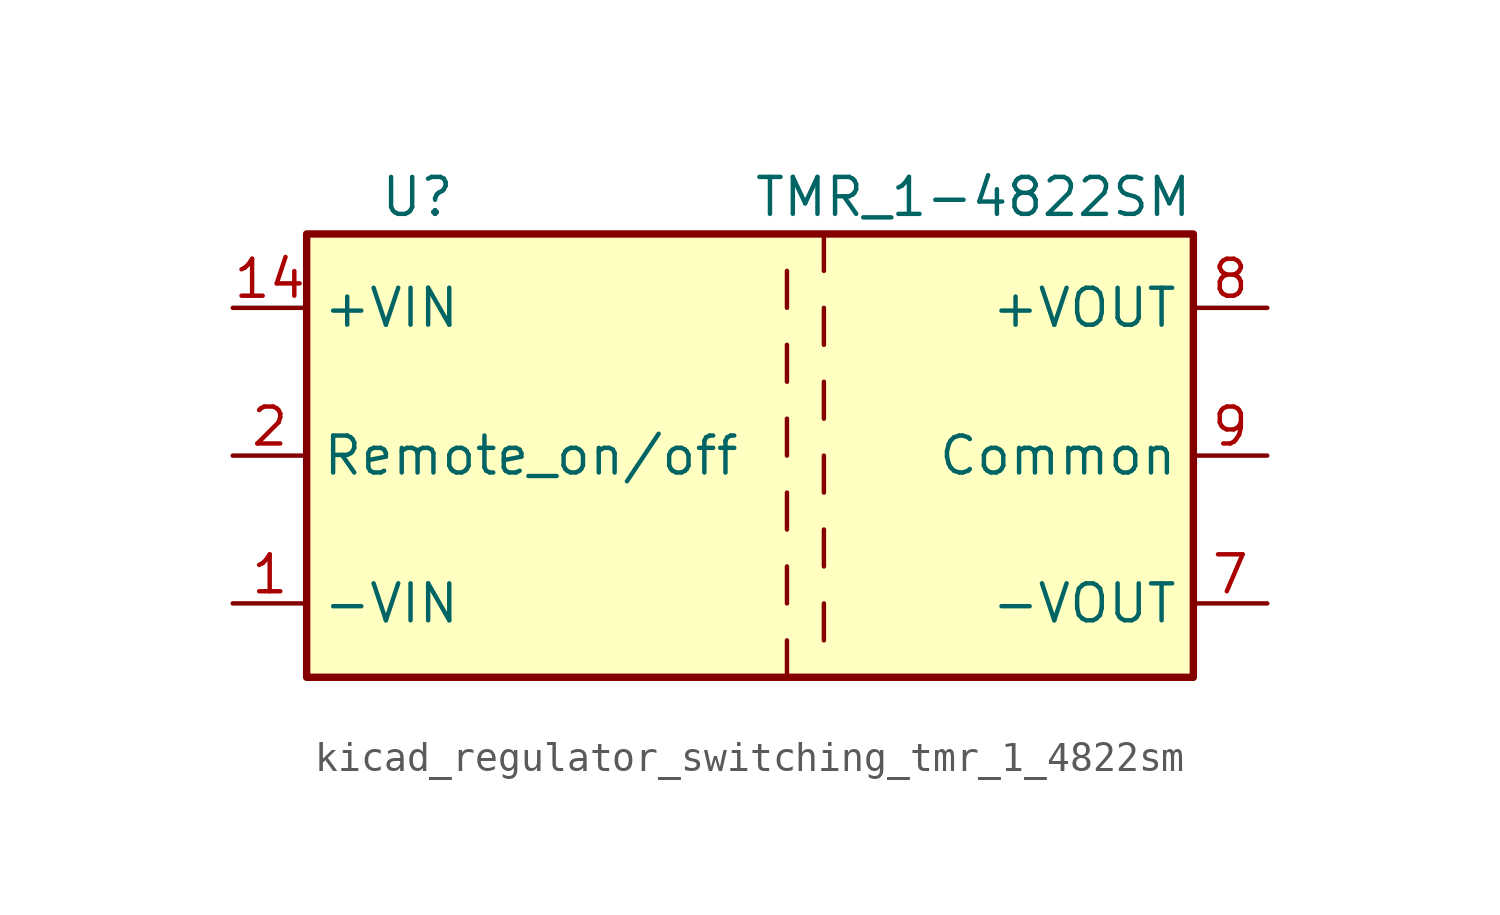
<source format=kicad_sym>
(kicad_symbol_lib
  (version 20220914)
  (generator kicad_symbol_editor)
  (symbol "kicad_regulator_switching_tmr_1_4822sm"
    (property "Reference" "U"
      (at -11.43 8.89 0)
      (effects (font (size 1.27 1.27))))
    (property "Value" "TMR_1-4822SM"
      (at 15.24 8.89 0)
      (effects (font (size 1.27 1.27)) (justify right)))
    (symbol "kicad_regulator_switching_tmr_1_4822sm_0_1"
      (rectangle (start -15.24 7.62) (end 15.24 -7.62) (stroke (width 0.254) (type default)) (fill (type background)))
      (polyline (pts (xy 1.27 -6.35) (xy 1.27 -7.62)) (stroke (width 0) (type default)) (fill (type none)))
      (polyline (pts (xy 1.27 -3.81) (xy 1.27 -5.08)) (stroke (width 0) (type default)) (fill (type none)))
      (polyline (pts (xy 1.27 -1.27) (xy 1.27 -2.54)) (stroke (width 0) (type default)) (fill (type none)))
      (polyline (pts (xy 1.27 1.27) (xy 1.27 0)) (stroke (width 0) (type default)) (fill (type none)))
      (polyline (pts (xy 1.27 3.81) (xy 1.27 2.54)) (stroke (width 0) (type default)) (fill (type none)))
      (polyline (pts (xy 1.27 6.35) (xy 1.27 5.08)) (stroke (width 0) (type default)) (fill (type none)))
      (polyline (pts (xy 2.54 -5.08) (xy 2.54 -6.35)) (stroke (width 0) (type default)) (fill (type none)))
      (polyline (pts (xy 2.54 -2.54) (xy 2.54 -3.81)) (stroke (width 0) (type default)) (fill (type none)))
      (polyline (pts (xy 2.54 0) (xy 2.54 -1.27)) (stroke (width 0) (type default)) (fill (type none)))
      (polyline (pts (xy 2.54 2.54) (xy 2.54 1.27)) (stroke (width 0) (type default)) (fill (type none)))
      (polyline (pts (xy 2.54 5.08) (xy 2.54 3.81)) (stroke (width 0) (type default)) (fill (type none)))
      (polyline (pts (xy 2.54 7.62) (xy 2.54 6.35)) (stroke (width 0) (type default)) (fill (type none))))
    (symbol "kicad_regulator_switching_tmr_1_4822sm_1_1"
      (pin power_in line (at -17.78 -5.08 0) (length 2.54) (name "-VIN" (effects (font (size 1.27 1.27)))) (number "1" (effects (font (size 1.27 1.27)))))
      (pin power_in line (at -17.78 5.08 0) (length 2.54) (name "+VIN" (effects (font (size 1.27 1.27)))) (number "14" (effects (font (size 1.27 1.27)))))
      (pin input line (at -17.78 0 0) (length 2.54) (name "Remote_on/off" (effects (font (size 1.27 1.27)))) (number "2" (effects (font (size 1.27 1.27)))))
      (pin passive line (at 17.78 0 180) (length 2.54) hide (name "Common" (effects (font (size 1.27 1.27)))) (number "6" (effects (font (size 1.27 1.27)))))
      (pin power_out line (at 17.78 -5.08 180) (length 2.54) (name "-VOUT" (effects (font (size 1.27 1.27)))) (number "7" (effects (font (size 1.27 1.27)))))
      (pin power_out line (at 17.78 5.08 180) (length 2.54) (name "+VOUT" (effects (font (size 1.27 1.27)))) (number "8" (effects (font (size 1.27 1.27)))))
      (pin power_out line (at 17.78 0 180) (length 2.54) (name "Common" (effects (font (size 1.27 1.27)))) (number "9" (effects (font (size 1.27 1.27))))))))
</source>
